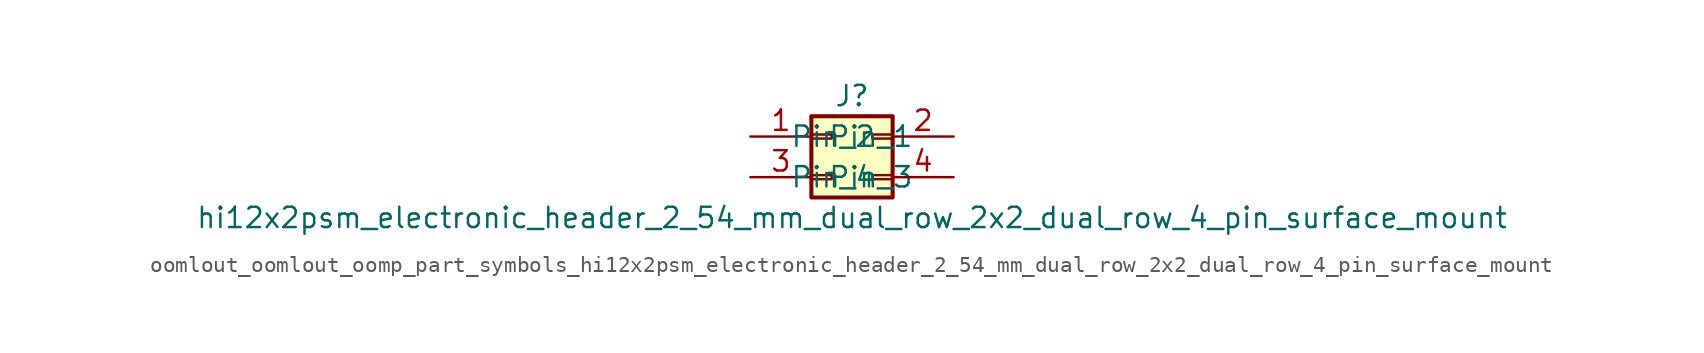
<source format=kicad_sym>
(kicad_symbol_lib
  (version 20220914)
  (generator kicad_symbol_editor)
  (symbol "oomlout_oomlout_oomp_part_symbols_hi12x2psm_electronic_header_2_54_mm_dual_row_2x2_dual_row_4_pin_surface_mount"
    (pin_names
      (offset 1.016))
    (property "Reference" "J"
      (at 1.27 2.54 0)
      (effects (font (size 1.27 1.27))))
    (property "Value" "hi12x2psm_electronic_header_2_54_mm_dual_row_2x2_dual_row_4_pin_surface_mount"
      (at 1.27 -5.08 0)
      (effects (font (size 1.27 1.27))))
    (symbol "oomlout_oomlout_oomp_part_symbols_hi12x2psm_electronic_header_2_54_mm_dual_row_2x2_dual_row_4_pin_surface_mount_1_1"
      (rectangle (start -1.27 -2.413) (end 0 -2.667) (stroke (width 0.152) (type default)) (fill (type none)))
      (rectangle (start -1.27 0.127) (end 0 -0.127) (stroke (width 0.152) (type default)) (fill (type none)))
      (rectangle (start -1.27 1.27) (end 3.81 -3.81) (stroke (width 0.254) (type default)) (fill (type background)))
      (rectangle (start 3.81 -2.413) (end 2.54 -2.667) (stroke (width 0.152) (type default)) (fill (type none)))
      (rectangle (start 3.81 0.127) (end 2.54 -0.127) (stroke (width 0.152) (type default)) (fill (type none)))
      (pin passive line (at -5.08 0 0) (length 3.81) (name "Pin_1" (effects (font (size 1.27 1.27)))) (number "1" (effects (font (size 1.27 1.27)))))
      (pin passive line (at 7.62 0 180) (length 3.81) (name "Pin_2" (effects (font (size 1.27 1.27)))) (number "2" (effects (font (size 1.27 1.27)))))
      (pin passive line (at -5.08 -2.54 0) (length 3.81) (name "Pin_3" (effects (font (size 1.27 1.27)))) (number "3" (effects (font (size 1.27 1.27)))))
      (pin passive line (at 7.62 -2.54 180) (length 3.81) (name "Pin_4" (effects (font (size 1.27 1.27)))) (number "4" (effects (font (size 1.27 1.27))))))))
</source>
